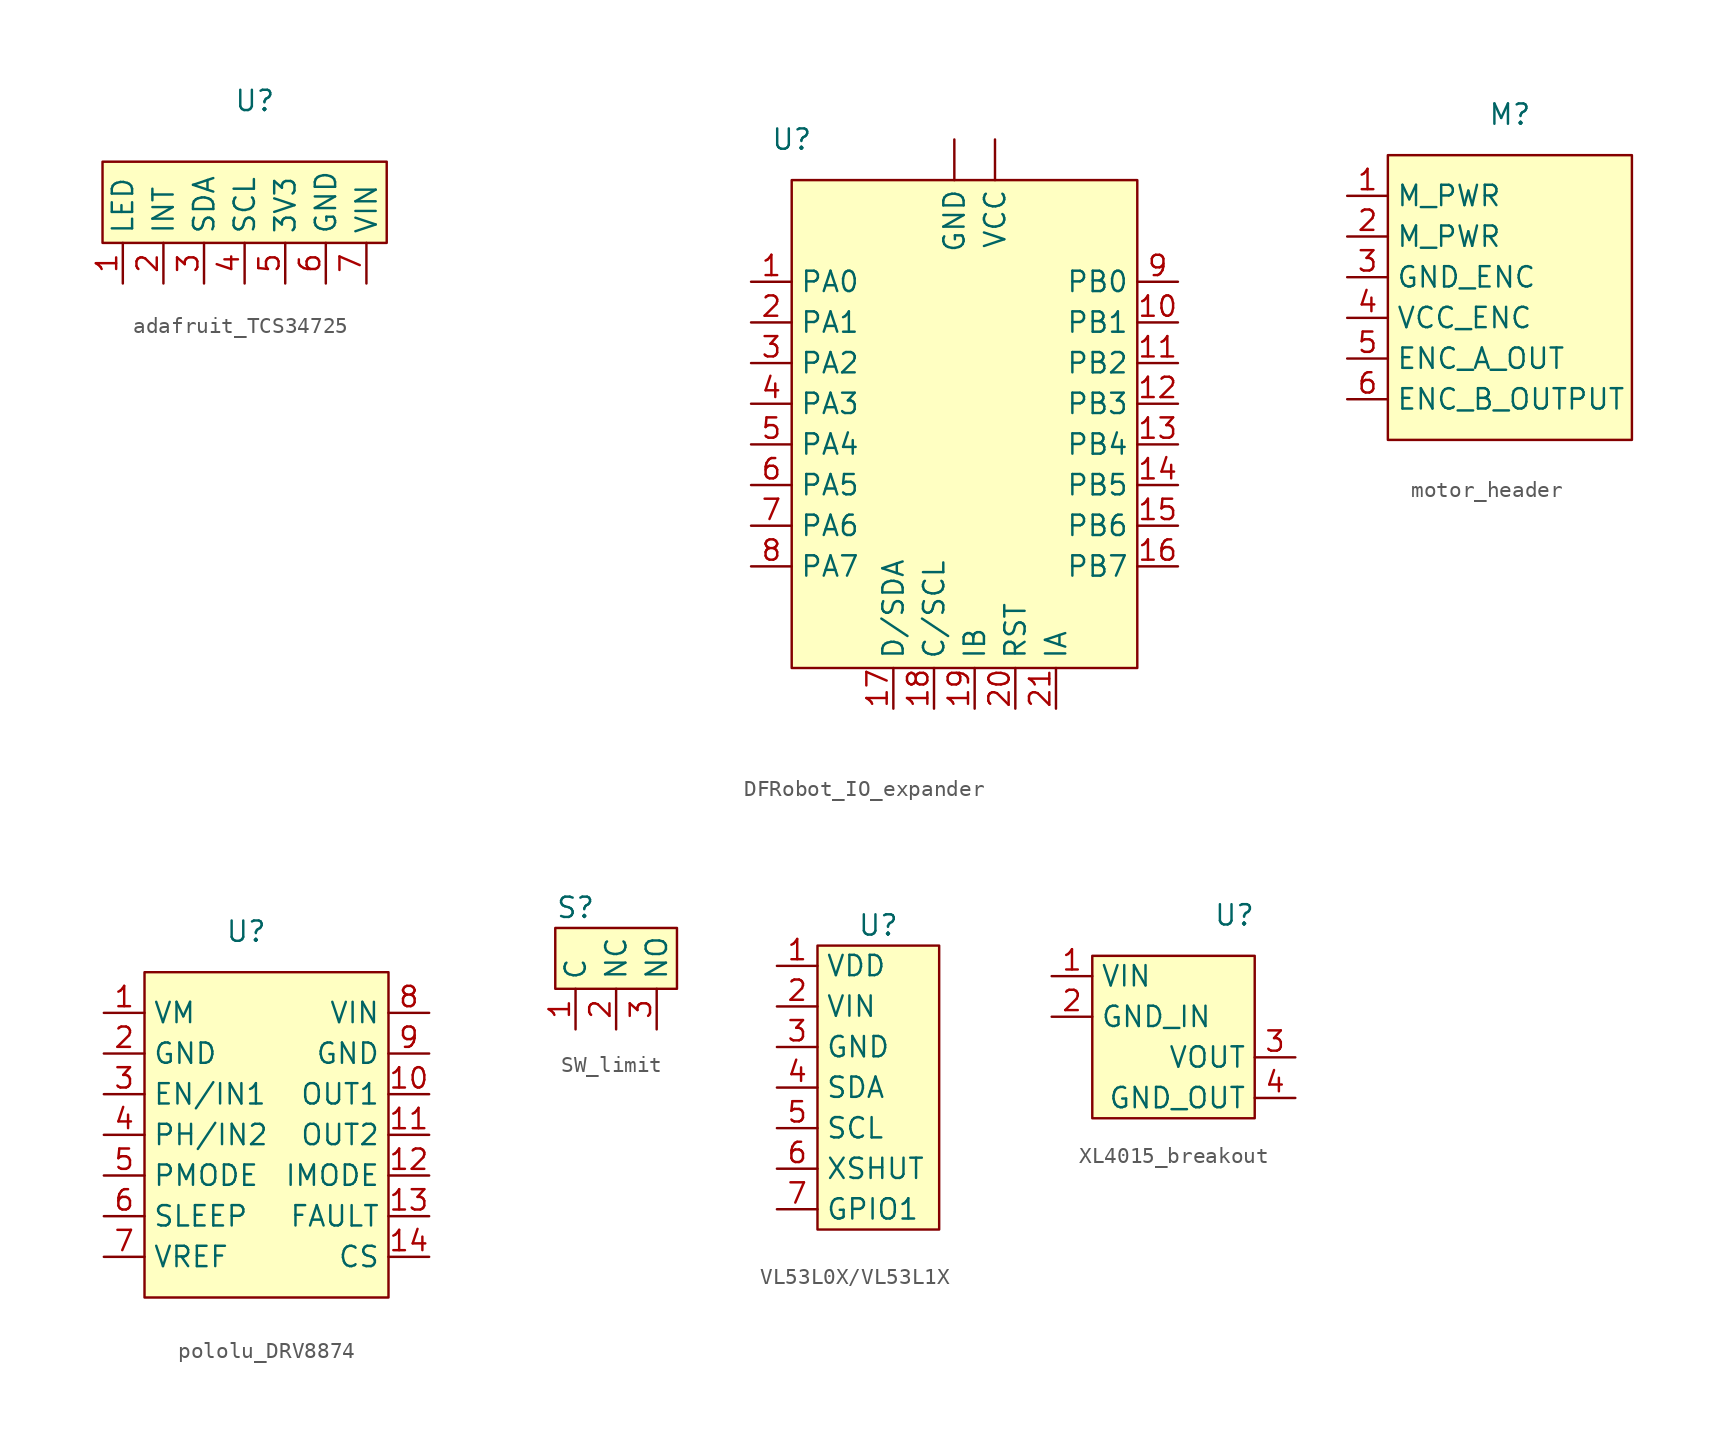
<source format=kicad_sym>
(kicad_symbol_lib
  (version 20220914)
  (generator kicad_symbol_editor)
  (symbol "adafruit_TCS34725"
    (property "Reference" "U"
      (at 0 3.81 0)
      (effects (font (size 1.27 1.27))))
    (property "Value" ""
      (at 0 0 0)
      (effects (font (size 1.27 1.27))))
    (symbol "adafruit_TCS34725_1_1"
      (rectangle (start -9.525 0) (end 8.255 -5.08) (stroke (width 0) (type default)) (fill (type background)))
      (pin input line (at -8.255 -7.62 90) (length 2.54) (name "LED" (effects (font (size 1.27 1.27)))) (number "1" (effects (font (size 1.27 1.27)))))
      (pin output line (at -5.715 -7.62 90) (length 2.54) (name "INT" (effects (font (size 1.27 1.27)))) (number "2" (effects (font (size 1.27 1.27)))))
      (pin bidirectional line (at -3.175 -7.62 90) (length 2.54) (name "SDA" (effects (font (size 1.27 1.27)))) (number "3" (effects (font (size 1.27 1.27)))))
      (pin bidirectional line (at -0.635 -7.62 90) (length 2.54) (name "SCL" (effects (font (size 1.27 1.27)))) (number "4" (effects (font (size 1.27 1.27)))))
      (pin power_out line (at 1.905 -7.62 90) (length 2.54) (name "3V3" (effects (font (size 1.27 1.27)))) (number "5" (effects (font (size 1.27 1.27)))))
      (pin power_in line (at 4.445 -7.62 90) (length 2.54) (name "GND" (effects (font (size 1.27 1.27)))) (number "6" (effects (font (size 1.27 1.27)))))
      (pin power_in line (at 6.985 -7.62 90) (length 2.54) (name "VIN" (effects (font (size 1.27 1.27)))) (number "7" (effects (font (size 1.27 1.27)))))))
  (symbol "DFRobot_IO_expander"
    (property "Reference" "U"
      (at 0 2.54 0)
      (effects (font (size 1.27 1.27))))
    (property "Value" ""
      (at -15.24 0 0)
      (effects (font (size 1.27 1.27))))
    (symbol "DFRobot_IO_expander_1_1"
      (rectangle (start 0 0) (end 21.59 -30.48) (stroke (width 0) (type default)) (fill (type background)))
      (pin power_in line (at 10.16 2.54 270) (length 2.54) (name "GND" (effects (font (size 1.27 1.27)))) (number "" (effects (font (size 1.27 1.27)))))
      (pin power_out line (at 12.7 2.54 270) (length 2.54) (name "VCC" (effects (font (size 1.27 1.27)))) (number "" (effects (font (size 1.27 1.27)))))
      (pin bidirectional line (at -2.54 -6.35 0) (length 2.54) (name "PA0" (effects (font (size 1.27 1.27)))) (number "1" (effects (font (size 1.27 1.27)))))
      (pin bidirectional line (at 24.13 -8.89 180) (length 2.54) (name "PB1" (effects (font (size 1.27 1.27)))) (number "10" (effects (font (size 1.27 1.27)))))
      (pin bidirectional line (at 24.13 -11.43 180) (length 2.54) (name "PB2" (effects (font (size 1.27 1.27)))) (number "11" (effects (font (size 1.27 1.27)))))
      (pin bidirectional line (at 24.13 -13.97 180) (length 2.54) (name "PB3" (effects (font (size 1.27 1.27)))) (number "12" (effects (font (size 1.27 1.27)))))
      (pin bidirectional line (at 24.13 -16.51 180) (length 2.54) (name "PB4" (effects (font (size 1.27 1.27)))) (number "13" (effects (font (size 1.27 1.27)))))
      (pin bidirectional line (at 24.13 -19.05 180) (length 2.54) (name "PB5" (effects (font (size 1.27 1.27)))) (number "14" (effects (font (size 1.27 1.27)))))
      (pin bidirectional line (at 24.13 -21.59 180) (length 2.54) (name "PB6" (effects (font (size 1.27 1.27)))) (number "15" (effects (font (size 1.27 1.27)))))
      (pin bidirectional line (at 24.13 -24.13 180) (length 2.54) (name "PB7" (effects (font (size 1.27 1.27)))) (number "16" (effects (font (size 1.27 1.27)))))
      (pin bidirectional line (at 6.35 -33.02 90) (length 2.54) (name "D/SDA" (effects (font (size 1.27 1.27)))) (number "17" (effects (font (size 1.27 1.27)))))
      (pin bidirectional line (at 8.89 -33.02 90) (length 2.54) (name "C/SCL" (effects (font (size 1.27 1.27)))) (number "18" (effects (font (size 1.27 1.27)))))
      (pin output line (at 11.43 -33.02 90) (length 2.54) (name "IB" (effects (font (size 1.27 1.27)))) (number "19" (effects (font (size 1.27 1.27)))))
      (pin bidirectional line (at -2.54 -8.89 0) (length 2.54) (name "PA1" (effects (font (size 1.27 1.27)))) (number "2" (effects (font (size 1.27 1.27)))))
      (pin input line (at 13.97 -33.02 90) (length 2.54) (name "RST" (effects (font (size 1.27 1.27)))) (number "20" (effects (font (size 1.27 1.27)))))
      (pin output line (at 16.51 -33.02 90) (length 2.54) (name "IA" (effects (font (size 1.27 1.27)))) (number "21" (effects (font (size 1.27 1.27)))))
      (pin bidirectional line (at -2.54 -11.43 0) (length 2.54) (name "PA2" (effects (font (size 1.27 1.27)))) (number "3" (effects (font (size 1.27 1.27)))))
      (pin bidirectional line (at -2.54 -13.97 0) (length 2.54) (name "PA3" (effects (font (size 1.27 1.27)))) (number "4" (effects (font (size 1.27 1.27)))))
      (pin bidirectional line (at -2.54 -16.51 0) (length 2.54) (name "PA4" (effects (font (size 1.27 1.27)))) (number "5" (effects (font (size 1.27 1.27)))))
      (pin bidirectional line (at -2.54 -19.05 0) (length 2.54) (name "PA5" (effects (font (size 1.27 1.27)))) (number "6" (effects (font (size 1.27 1.27)))))
      (pin bidirectional line (at -2.54 -21.59 0) (length 2.54) (name "PA6" (effects (font (size 1.27 1.27)))) (number "7" (effects (font (size 1.27 1.27)))))
      (pin bidirectional line (at -2.54 -24.13 0) (length 2.54) (name "PA7" (effects (font (size 1.27 1.27)))) (number "8" (effects (font (size 1.27 1.27)))))
      (pin bidirectional line (at 24.13 -6.35 180) (length 2.54) (name "PB0" (effects (font (size 1.27 1.27)))) (number "9" (effects (font (size 1.27 1.27)))))))
  (symbol "motor_header"
    (property "Reference" "M"
      (at 0 7.62 0)
      (effects (font (size 1.27 1.27))))
    (property "Value" ""
      (at 0 0 0)
      (effects (font (size 1.27 1.27))))
    (symbol "motor_header_1_1"
      (rectangle (start -7.62 5.08) (end 7.62 -12.7) (stroke (width 0) (type default)) (fill (type background)))
      (pin power_in line (at -10.16 2.54 0) (length 2.54) (name "M_PWR" (effects (font (size 1.27 1.27)))) (number "1" (effects (font (size 1.27 1.27)))))
      (pin power_in line (at -10.16 0 0) (length 2.54) (name "M_PWR" (effects (font (size 1.27 1.27)))) (number "2" (effects (font (size 1.27 1.27)))))
      (pin power_in line (at -10.16 -2.54 0) (length 2.54) (name "GND_ENC" (effects (font (size 1.27 1.27)))) (number "3" (effects (font (size 1.27 1.27)))))
      (pin power_in line (at -10.16 -5.08 0) (length 2.54) (name "VCC_ENC" (effects (font (size 1.27 1.27)))) (number "4" (effects (font (size 1.27 1.27)))))
      (pin output line (at -10.16 -7.62 0) (length 2.54) (name "ENC_A_OUT" (effects (font (size 1.27 1.27)))) (number "5" (effects (font (size 1.27 1.27)))))
      (pin output line (at -10.16 -10.16 0) (length 2.54) (name "ENC_B_OUTPUT" (effects (font (size 1.27 1.27)))) (number "6" (effects (font (size 1.27 1.27)))))))
  (symbol "pololu_DRV8874"
    (property "Reference" "U"
      (at 0 5.08 0)
      (effects (font (size 1.27 1.27))))
    (property "Value" ""
      (at 0 0 0)
      (effects (font (size 1.27 1.27))))
    (symbol "pololu_DRV8874_1_1"
      (rectangle (start -6.35 2.54) (end 8.89 -17.78) (stroke (width 0) (type default)) (fill (type background)))
      (pin power_in line (at -8.89 0 0) (length 2.54) (name "VM" (effects (font (size 1.27 1.27)))) (number "1" (effects (font (size 1.27 1.27)))))
      (pin output line (at 11.43 -5.08 180) (length 2.54) (name "OUT1" (effects (font (size 1.27 1.27)))) (number "10" (effects (font (size 1.27 1.27)))))
      (pin output line (at 11.43 -7.62 180) (length 2.54) (name "OUT2" (effects (font (size 1.27 1.27)))) (number "11" (effects (font (size 1.27 1.27)))))
      (pin input line (at 11.43 -10.16 180) (length 2.54) (name "IMODE" (effects (font (size 1.27 1.27)))) (number "12" (effects (font (size 1.27 1.27)))))
      (pin output line (at 11.43 -12.7 180) (length 2.54) (name "FAULT" (effects (font (size 1.27 1.27)))) (number "13" (effects (font (size 1.27 1.27)))))
      (pin output line (at 11.43 -15.24 180) (length 2.54) (name "CS" (effects (font (size 1.27 1.27)))) (number "14" (effects (font (size 1.27 1.27)))))
      (pin power_in line (at -8.89 -2.54 0) (length 2.54) (name "GND" (effects (font (size 1.27 1.27)))) (number "2" (effects (font (size 1.27 1.27)))))
      (pin input line (at -8.89 -5.08 0) (length 2.54) (name "EN/IN1" (effects (font (size 1.27 1.27)))) (number "3" (effects (font (size 1.27 1.27)))))
      (pin input line (at -8.89 -7.62 0) (length 2.54) (name "PH/IN2" (effects (font (size 1.27 1.27)))) (number "4" (effects (font (size 1.27 1.27)))))
      (pin input line (at -8.89 -10.16 0) (length 2.54) (name "PMODE" (effects (font (size 1.27 1.27)))) (number "5" (effects (font (size 1.27 1.27)))))
      (pin input line (at -8.89 -12.7 0) (length 2.54) (name "SLEEP" (effects (font (size 1.27 1.27)))) (number "6" (effects (font (size 1.27 1.27)))))
      (pin input line (at -8.89 -15.24 0) (length 2.54) (name "VREF" (effects (font (size 1.27 1.27)))) (number "7" (effects (font (size 1.27 1.27)))))
      (pin power_in line (at 11.43 0 180) (length 2.54) (name "VIN" (effects (font (size 1.27 1.27)))) (number "8" (effects (font (size 1.27 1.27)))))
      (pin power_in line (at 11.43 -2.54 180) (length 2.54) (name "GND" (effects (font (size 1.27 1.27)))) (number "9" (effects (font (size 1.27 1.27)))))))
  (symbol "SW_limit"
    (property "Reference" "S"
      (at 0 0 0)
      (effects (font (size 1.27 1.27))))
    (property "Value" ""
      (at 0 0 0)
      (effects (font (size 1.27 1.27))))
    (symbol "SW_limit_1_1"
      (rectangle (start -1.27 -1.27) (end 6.35 -5.08) (stroke (width 0) (type default)) (fill (type background)))
      (pin passive line (at 0 -7.62 90) (length 2.54) (name "C" (effects (font (size 1.27 1.27)))) (number "1" (effects (font (size 1.27 1.27)))))
      (pin passive line (at 2.54 -7.62 90) (length 2.54) (name "NC" (effects (font (size 1.27 1.27)))) (number "2" (effects (font (size 1.27 1.27)))))
      (pin passive line (at 5.08 -7.62 90) (length 2.54) (name "NO" (effects (font (size 1.27 1.27)))) (number "3" (effects (font (size 1.27 1.27)))))))
  (symbol "VL53L0X/VL53L1X"
    (property "Reference" "U"
      (at 0 2.54 0)
      (effects (font (size 1.27 1.27))))
    (property "Value" ""
      (at 0 0 0)
      (effects (font (size 1.27 1.27))))
    (symbol "VL53L0X/VL53L1X_1_1"
      (rectangle (start -3.81 1.27) (end 3.81 -16.51) (stroke (width 0) (type default)) (fill (type background)))
      (pin power_out line (at -6.35 0 0) (length 2.54) (name "VDD" (effects (font (size 1.27 1.27)))) (number "1" (effects (font (size 1.27 1.27)))))
      (pin power_in line (at -6.35 -2.54 0) (length 2.54) (name "VIN" (effects (font (size 1.27 1.27)))) (number "2" (effects (font (size 1.27 1.27)))))
      (pin power_in line (at -6.35 -5.08 0) (length 2.54) (name "GND" (effects (font (size 1.27 1.27)))) (number "3" (effects (font (size 1.27 1.27)))))
      (pin bidirectional line (at -6.35 -7.62 0) (length 2.54) (name "SDA" (effects (font (size 1.27 1.27)))) (number "4" (effects (font (size 1.27 1.27)))))
      (pin bidirectional line (at -6.35 -10.16 0) (length 2.54) (name "SCL" (effects (font (size 1.27 1.27)))) (number "5" (effects (font (size 1.27 1.27)))))
      (pin input line (at -6.35 -12.7 0) (length 2.54) (name "XSHUT" (effects (font (size 1.27 1.27)))) (number "6" (effects (font (size 1.27 1.27)))))
      (pin output line (at -6.35 -15.24 0) (length 2.54) (name "GPIO1" (effects (font (size 1.27 1.27)))) (number "7" (effects (font (size 1.27 1.27)))))))
  (symbol "XL4015_breakout"
    (property "Reference" "U"
      (at 3.81 3.81 0)
      (effects (font (size 1.27 1.27))))
    (property "Value" ""
      (at 0 0 0)
      (effects (font (size 1.27 1.27))))
    (symbol "XL4015_breakout_1_1"
      (rectangle (start -5.08 1.27) (end 5.08 -8.89) (stroke (width 0) (type default)) (fill (type background)))
      (pin power_in line (at -7.62 0 0) (length 2.54) (name "VIN" (effects (font (size 1.27 1.27)))) (number "1" (effects (font (size 1.27 1.27)))))
      (pin power_in line (at -7.62 -2.54 0) (length 2.54) (name "GND_IN" (effects (font (size 1.27 1.27)))) (number "2" (effects (font (size 1.27 1.27)))))
      (pin power_out line (at 7.62 -5.08 180) (length 2.54) (name "VOUT" (effects (font (size 1.27 1.27)))) (number "3" (effects (font (size 1.27 1.27)))))
      (pin power_out line (at 7.62 -7.62 180) (length 2.54) (name "GND_OUT" (effects (font (size 1.27 1.27)))) (number "4" (effects (font (size 1.27 1.27))))))))
</source>
